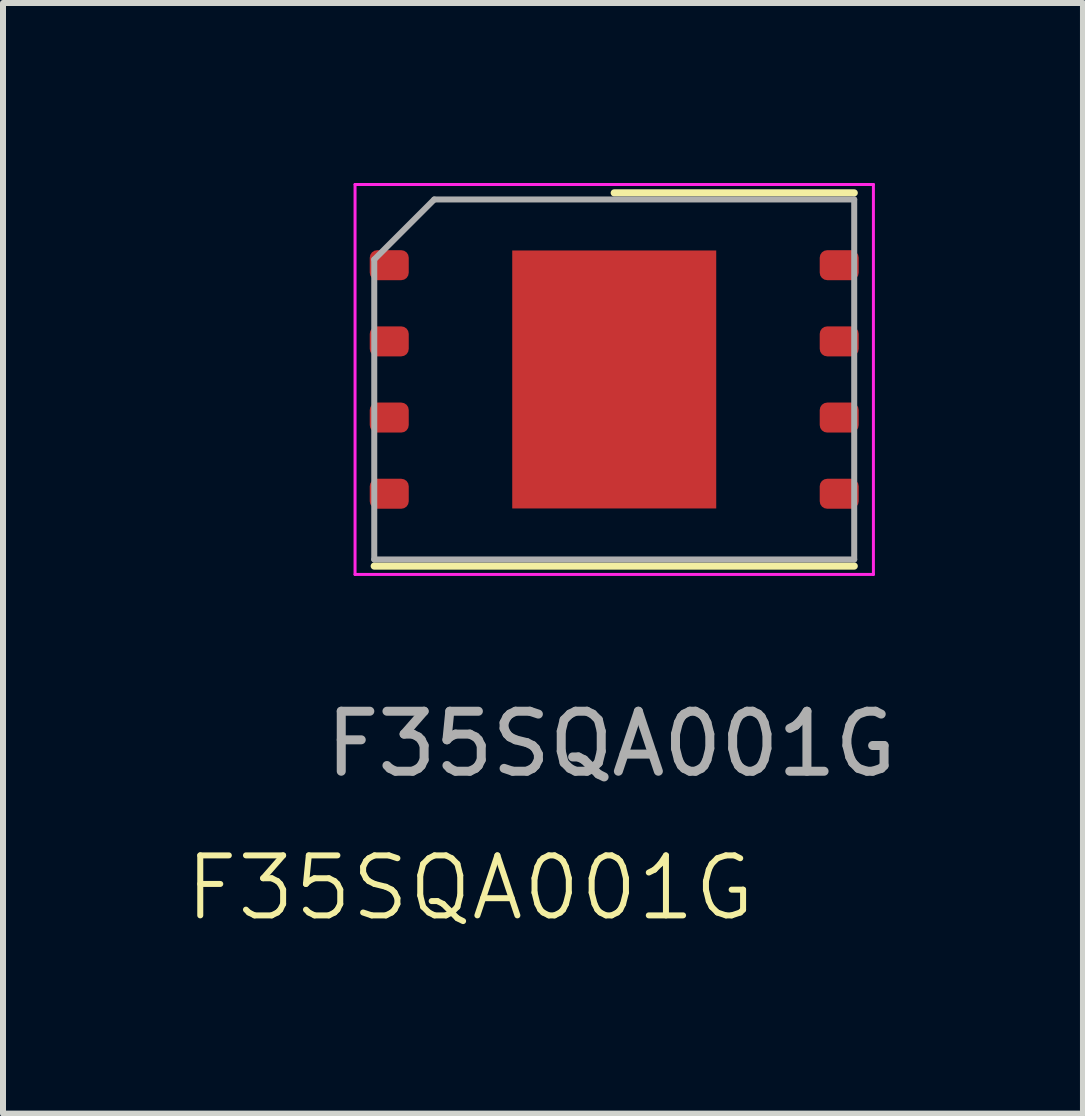
<source format=kicad_pcb>
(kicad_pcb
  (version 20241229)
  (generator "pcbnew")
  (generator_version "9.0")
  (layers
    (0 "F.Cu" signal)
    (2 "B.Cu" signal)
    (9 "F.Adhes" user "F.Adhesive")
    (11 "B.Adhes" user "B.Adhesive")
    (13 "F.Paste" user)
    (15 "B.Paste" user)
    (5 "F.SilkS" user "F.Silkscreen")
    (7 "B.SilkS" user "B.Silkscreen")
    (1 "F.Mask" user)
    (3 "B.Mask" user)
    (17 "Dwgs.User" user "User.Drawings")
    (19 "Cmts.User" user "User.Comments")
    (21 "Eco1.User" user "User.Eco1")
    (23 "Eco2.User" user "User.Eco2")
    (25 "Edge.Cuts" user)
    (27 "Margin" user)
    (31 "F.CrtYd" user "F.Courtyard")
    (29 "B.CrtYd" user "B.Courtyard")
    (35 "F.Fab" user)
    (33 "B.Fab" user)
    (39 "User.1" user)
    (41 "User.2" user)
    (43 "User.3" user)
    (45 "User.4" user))
  (footprint "F35SQA001G"
    (layer "F.Cu")
    (at 7.138 6.85)
    (property "Reference" "F35SQA001G" (at -2.35 4.9 0) (unlocked yes) (layer "F.SilkS") (effects (font (size 1 1) (thickness 0.1))))
    (attr smd)
    (fp_line (start -3.95 -0.465) (end 4.05 -0.465) (stroke (width 0.12) (type solid)) (layer "F.SilkS"))
    (fp_line (start 0.05 -6.685) (end 4.05 -6.685) (stroke (width 0.12) (type solid)) (layer "F.SilkS"))
    (fp_line (start -4.27 -6.825) (end -4.27 -0.325) (stroke (width 0.05) (type solid)) (layer "F.CrtYd"))
    (fp_line (start -4.27 -0.325) (end 4.37 -0.325) (stroke (width 0.05) (type solid)) (layer "F.CrtYd"))
    (fp_line (start 4.37 -6.825) (end -4.27 -6.825) (stroke (width 0.05) (type solid)) (layer "F.CrtYd"))
    (fp_line (start 4.37 -0.325) (end 4.37 -6.825) (stroke (width 0.05) (type solid)) (layer "F.CrtYd"))
    (fp_line (start -3.95 -5.575) (end -2.95 -6.575) (stroke (width 0.1) (type solid)) (layer "F.Fab"))
    (fp_line (start -3.95 -0.575) (end -3.95 -5.575) (stroke (width 0.1) (type solid)) (layer "F.Fab"))
    (fp_line (start -2.95 -6.575) (end 4.05 -6.575) (stroke (width 0.1) (type solid)) (layer "F.Fab"))
    (fp_line (start 4.05 -6.575) (end 4.05 -0.575) (stroke (width 0.1) (type solid)) (layer "F.Fab"))
    (fp_line (start 4.05 -0.575) (end -3.95 -0.575) (stroke (width 0.1) (type solid)) (layer "F.Fab"))
    (fp_text user "${REFERENCE}" (at 0 2.5 0) (unlocked yes) (layer "F.Fab") (effects (font (size 1 1) (thickness 0.15))))
    (pad "" smd roundrect (at -0.8 -4.65) (size 1.37 1.73) (layers "F.Paste") (roundrect_rratio 0.182))
    (pad "" smd roundrect (at -0.8 -2.5) (size 1.37 1.73) (layers "F.Paste") (roundrect_rratio 0.182))
    (pad "" smd roundrect (at 0.9 -4.65) (size 1.37 1.73) (layers "F.Paste") (roundrect_rratio 0.182))
    (pad "" smd roundrect (at 0.9 -2.5) (size 1.37 1.73) (layers "F.Paste") (roundrect_rratio 0.182))
    (pad "1" smd roundrect (at -3.7 -5.48) (size 0.65 0.5) (layers "F.Cu" "F.Mask" "F.Paste") (roundrect_rratio 0.25))
    (pad "2" smd roundrect (at -3.7 -4.21) (size 0.65 0.5) (layers "F.Cu" "F.Mask" "F.Paste") (roundrect_rratio 0.25))
    (pad "3" smd roundrect (at -3.7 -2.94) (size 0.65 0.5) (layers "F.Cu" "F.Mask" "F.Paste") (roundrect_rratio 0.25))
    (pad "4" smd roundrect (at -3.7 -1.67) (size 0.65 0.5) (layers "F.Cu" "F.Mask" "F.Paste") (roundrect_rratio 0.25))
    (pad "5" smd roundrect (at 3.8 -1.67) (size 0.65 0.5) (layers "F.Cu" "F.Mask" "F.Paste") (roundrect_rratio 0.25))
    (pad "6" smd roundrect (at 3.8 -2.94) (size 0.65 0.5) (layers "F.Cu" "F.Mask" "F.Paste") (roundrect_rratio 0.25))
    (pad "7" smd roundrect (at 3.8 -4.21) (size 0.65 0.5) (layers "F.Cu" "F.Mask" "F.Paste") (roundrect_rratio 0.25))
    (pad "8" smd roundrect (at 3.8 -5.48) (size 0.65 0.5) (layers "F.Cu" "F.Mask" "F.Paste") (roundrect_rratio 0.25))
    (pad "9" smd rect (at 0.05 -3.575) (size 3.4 4.3) (layers "F.Cu" "F.Mask")))
  (gr_rect
    (start -3 -3)
    (end 15.001 15.511)
    (stroke (width 0.1) (type default))
    (fill no)
    (layer "Edge.Cuts")))
</source>
